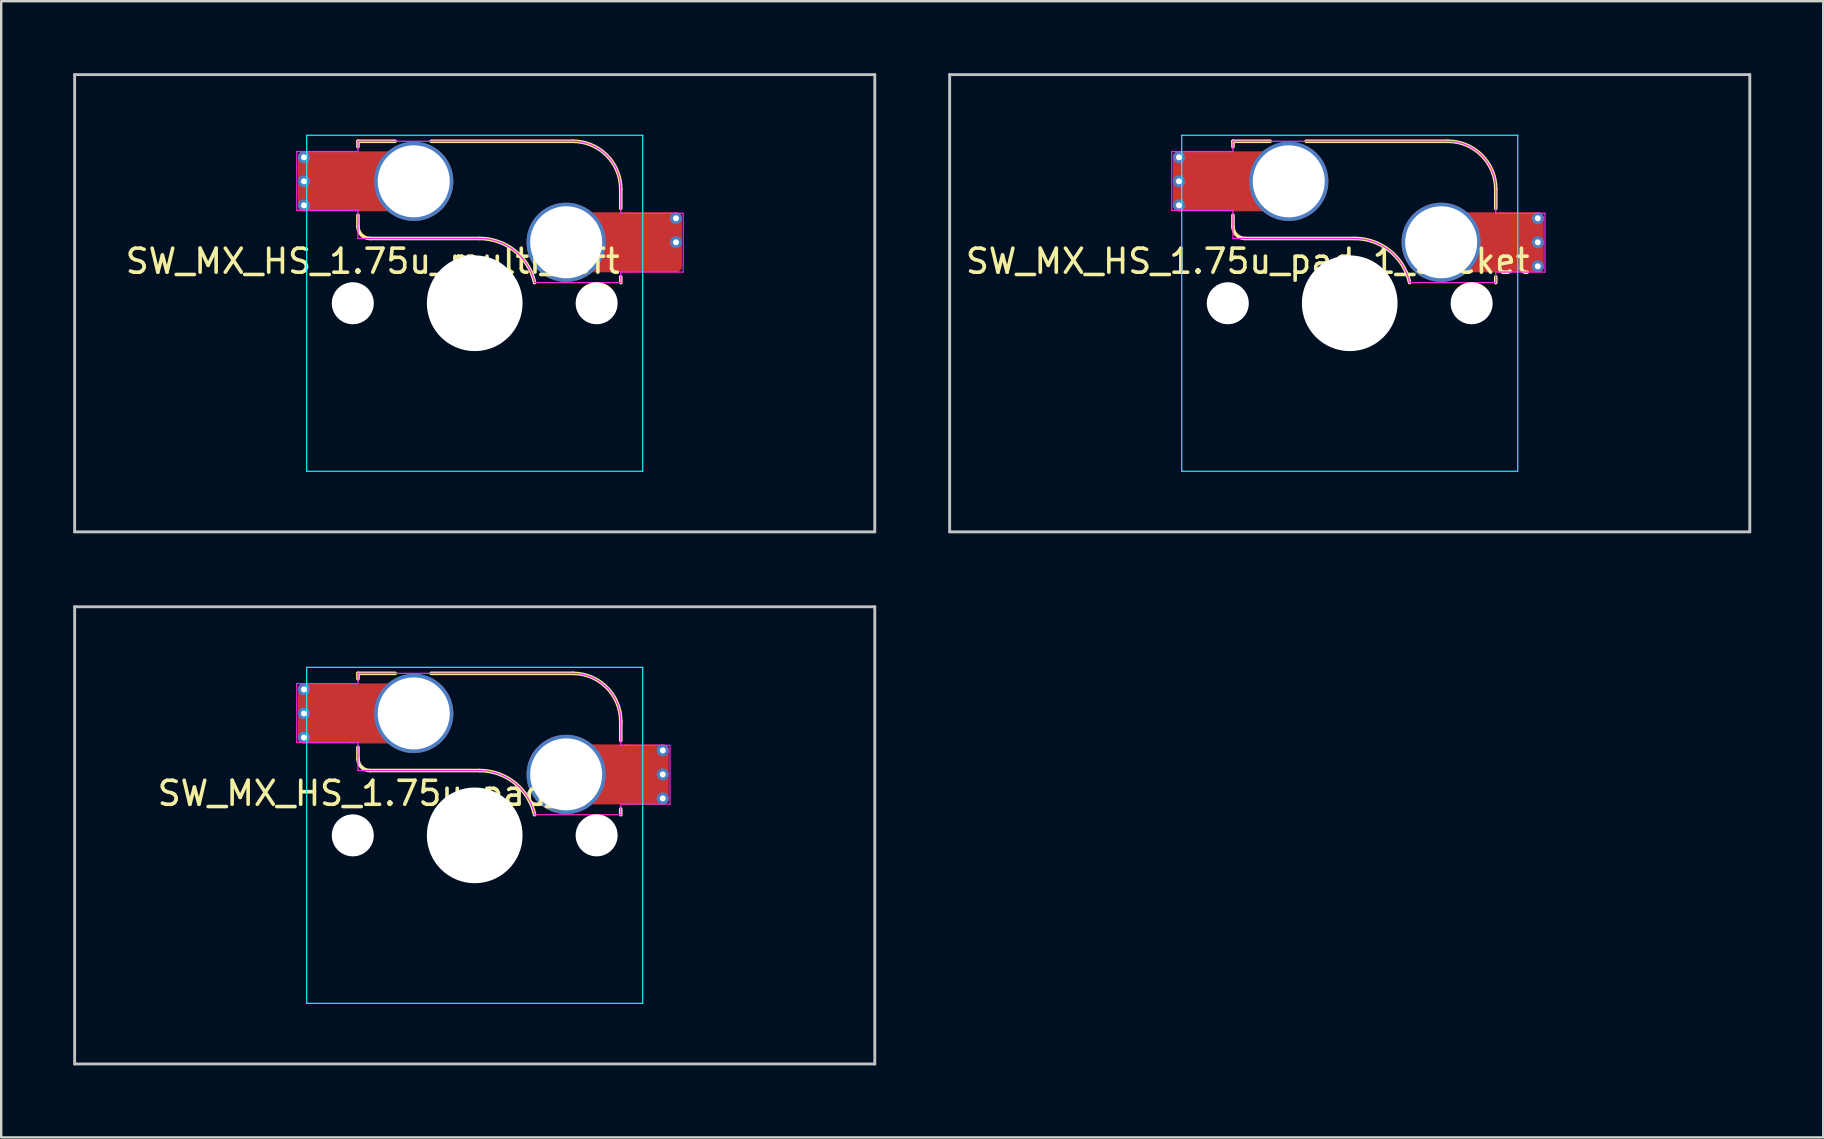
<source format=kicad_pcb>
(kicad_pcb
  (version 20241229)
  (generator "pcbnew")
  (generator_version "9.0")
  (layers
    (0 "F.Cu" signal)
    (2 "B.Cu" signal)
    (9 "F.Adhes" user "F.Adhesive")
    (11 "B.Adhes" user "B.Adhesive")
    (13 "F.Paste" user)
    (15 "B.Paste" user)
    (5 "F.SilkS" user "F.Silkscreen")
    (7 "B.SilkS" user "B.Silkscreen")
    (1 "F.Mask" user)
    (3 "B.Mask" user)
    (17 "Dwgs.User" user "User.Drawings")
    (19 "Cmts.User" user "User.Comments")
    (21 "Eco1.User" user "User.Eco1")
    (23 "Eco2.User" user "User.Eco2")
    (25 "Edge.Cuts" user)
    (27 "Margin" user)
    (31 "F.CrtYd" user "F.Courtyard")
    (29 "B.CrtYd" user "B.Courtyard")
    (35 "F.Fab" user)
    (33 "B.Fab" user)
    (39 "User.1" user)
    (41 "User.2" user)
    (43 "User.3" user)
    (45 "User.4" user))
  (footprint "SW_MX_HS_1.75u_pad_1_socket"
    (layer "F.Cu")
    (at 53.186 9.585)
    (property "Reference" "SW_MX_HS_1.75u_pad_1_socket" (at -4.25 -1.75 0) (layer "F.SilkS") (effects (font (size 1 1) (thickness 0.15))))
    (attr smd)
    (fp_line (start -4.865 -6.75) (end -4.865 -6.52) (stroke (width 0.15) (type solid)) (layer "F.SilkS"))
    (fp_line (start -4.865 -3.67) (end -4.865 -3.2) (stroke (width 0.15) (type solid)) (layer "F.SilkS"))
    (fp_line (start -4.365 -2.7) (end 0.2 -2.7) (stroke (width 0.15) (type solid)) (layer "F.SilkS"))
    (fp_line (start -3.315 -6.75) (end -4.865 -6.75) (stroke (width 0.15) (type solid)) (layer "F.SilkS"))
    (fp_line (start 4.085 -6.75) (end -1.815 -6.75) (stroke (width 0.15) (type solid)) (layer "F.SilkS"))
    (fp_line (start 6.085 -3.95) (end 6.085 -4.75) (stroke (width 0.15) (type solid)) (layer "F.SilkS"))
    (fp_line (start 6.085 -1.1) (end 6.085 -0.86) (stroke (width 0.15) (type solid)) (layer "F.SilkS"))
    (fp_arc (start -4.364824 -2.70022) (mid -4.718377 -2.846667) (end -4.864824 -3.20022) (stroke (width 0.15) (type solid)) (layer "F.SilkS"))
    (fp_arc (start 0.2 -2.70022) (mid 1.670693 -2.183637) (end 2.494322 -0.86022) (stroke (width 0.15) (type solid)) (layer "F.SilkS"))
    (fp_arc (start 4.085176 -6.75022) (mid 5.49939 -6.164434) (end 6.085176 -4.75022) (stroke (width 0.15) (type solid)) (layer "F.SilkS"))
    (fp_line (start -16.669 -9.525) (end 16.669 -9.525) (stroke (width 0.12) (type solid)) (layer "Dwgs.User"))
    (fp_line (start -16.669 9.525) (end -16.669 -9.525) (stroke (width 0.12) (type solid)) (layer "Dwgs.User"))
    (fp_line (start 16.669 -9.525) (end 16.669 9.525) (stroke (width 0.12) (type solid)) (layer "Dwgs.User"))
    (fp_line (start 16.669 9.525) (end -16.669 9.525) (stroke (width 0.12) (type solid)) (layer "Dwgs.User"))
    (fp_line (start -7 -6.5) (end -7 6.5) (stroke (width 0.05) (type solid)) (layer "Eco2.User"))
    (fp_line (start -6.5 7) (end 6.5 7) (stroke (width 0.05) (type solid)) (layer "Eco2.User"))
    (fp_line (start 6.5 -7) (end -6.5 -7) (stroke (width 0.05) (type solid)) (layer "Eco2.User"))
    (fp_line (start 7 6.5) (end 7 -6.5) (stroke (width 0.05) (type solid)) (layer "Eco2.User"))
    (fp_arc (start -7 -6.5) (mid -6.853553 -6.853553) (end -6.5 -7) (stroke (width 0.05) (type solid)) (layer "Eco2.User"))
    (fp_arc (start -6.497236 6.998884) (mid -6.850789 6.852437) (end -6.997236 6.498884) (stroke (width 0.05) (type solid)) (layer "Eco2.User"))
    (fp_arc (start 6.5 -7) (mid 6.853553 -6.853553) (end 7 -6.5) (stroke (width 0.05) (type solid)) (layer "Eco2.User"))
    (fp_arc (start 7 6.5) (mid 6.853553 6.853553) (end 6.5 7) (stroke (width 0.05) (type solid)) (layer "Eco2.User"))
    (fp_line (start -7 -7) (end 7 -7) (stroke (width 0.05) (type solid)) (layer "B.CrtYd"))
    (fp_line (start -7 7) (end -7 -7) (stroke (width 0.05) (type solid)) (layer "B.CrtYd"))
    (fp_line (start 7 -7) (end 7 7) (stroke (width 0.05) (type solid)) (layer "B.CrtYd"))
    (fp_line (start 7 7) (end -7 7) (stroke (width 0.05) (type solid)) (layer "B.CrtYd"))
    (fp_line (start -7.415 -6.32) (end -4.865 -6.32) (stroke (width 0.05) (type solid)) (layer "F.CrtYd"))
    (fp_line (start -7.415 -3.87) (end -7.415 -6.32) (stroke (width 0.05) (type solid)) (layer "F.CrtYd"))
    (fp_line (start -4.865 -6.75) (end -4.865 -6.32) (stroke (width 0.05) (type solid)) (layer "F.CrtYd"))
    (fp_line (start -4.865 -3.87) (end -7.415 -3.87) (stroke (width 0.05) (type solid)) (layer "F.CrtYd"))
    (fp_line (start -4.865 -3.87) (end -4.865 -2.7) (stroke (width 0.05) (type solid)) (layer "F.CrtYd"))
    (fp_line (start -4.865 -2.7) (end 0.2 -2.7) (stroke (width 0.05) (type solid)) (layer "F.CrtYd"))
    (fp_line (start 4.085 -6.75) (end -4.865 -6.75) (stroke (width 0.05) (type solid)) (layer "F.CrtYd"))
    (fp_line (start 6.085 -3.75) (end 6.085 -4.75) (stroke (width 0.05) (type solid)) (layer "F.CrtYd"))
    (fp_line (start 6.085 -3.75) (end 8.135 -3.75) (stroke (width 0.05) (type solid)) (layer "F.CrtYd"))
    (fp_line (start 6.085 -1.3) (end 6.085 -0.86) (stroke (width 0.05) (type solid)) (layer "F.CrtYd"))
    (fp_line (start 6.085 -0.86) (end 2.494 -0.86) (stroke (width 0.05) (type solid)) (layer "F.CrtYd"))
    (fp_line (start 8.135 -3.75) (end 8.135 -1.3) (stroke (width 0.05) (type solid)) (layer "F.CrtYd"))
    (fp_line (start 8.135 -1.3) (end 6.085 -1.3) (stroke (width 0.05) (type solid)) (layer "F.CrtYd"))
    (fp_arc (start 0.2 -2.70022) (mid 1.670503 -2.183399) (end 2.494322 -0.86022) (stroke (width 0.05) (type solid)) (layer "F.CrtYd"))
    (fp_arc (start 4.085176 -6.75022) (mid 5.49939 -6.164434) (end 6.085176 -4.75022) (stroke (width 0.05) (type solid)) (layer "F.CrtYd"))
    (pad "" np_thru_hole circle (at -5.08 0) (size 1.75 1.75) (drill 1.75) (layers "*.Cu" "*.Mask"))
    (pad "" np_thru_hole circle (at 0 0) (size 3.988 3.988) (drill 3.988) (layers "*.Cu" "*.Mask"))
    (pad "" np_thru_hole circle (at 5.08 0) (size 1.75 1.75) (drill 1.75) (layers "*.Cu" "*.Mask"))
    (pad "1" thru_hole circle (at 3.81 -2.54) (size 3.3 3.3) (drill 3) (layers "*.Cu" "*.Mask"))
    (pad "1" smd rect (at 5.635 -2.54 180) (size 1.65 2.5) (layers "F.Cu"))
    (pad "1" smd roundrect (at 7.085 -2.54) (size 2 2.5) (layers "F.Cu" "F.Mask" "F.Paste") (roundrect_rratio 0.1))
    (pad "1" thru_hole circle (at 7.835 -3.54) (size 0.5 0.5) (drill 0.25) (layers "*.Cu"))
    (pad "1" thru_hole circle (at 7.835 -2.54) (size 0.5 0.5) (drill 0.25) (layers "*.Cu"))
    (pad "1" thru_hole circle (at 7.835 -1.54) (size 0.5 0.5) (drill 0.25) (layers "*.Cu"))
    (pad "2" thru_hole circle (at -7.115 -6.08) (size 0.5 0.5) (drill 0.25) (layers "*.Cu"))
    (pad "2" thru_hole circle (at -7.115 -5.08) (size 0.5 0.5) (drill 0.25) (layers "*.Cu"))
    (pad "2" thru_hole circle (at -7.115 -4.08) (size 0.5 0.5) (drill 0.25) (layers "*.Cu"))
    (pad "2" smd roundrect (at -6.09 -5.08) (size 2.55 2.5) (layers "F.Cu" "F.Mask" "F.Paste") (roundrect_rratio 0.1))
    (pad "2" smd rect (at -4.34 -5.08) (size 1.65 2.5) (layers "F.Cu"))
    (pad "2" thru_hole circle (at -2.54 -5.08) (size 3.3 3.3) (drill 3) (layers "*.Cu" "*.Mask")))
  (footprint "SW_MX_HS_1.75u_pad_1"
    (layer "F.Cu")
    (at 16.729 31.755)
    (property "Reference" "SW_MX_HS_1.75u_pad_1" (at -4.25 -1.75 0) (layer "F.SilkS") (effects (font (size 1 1) (thickness 0.15))))
    (attr smd)
    (fp_line (start -4.865 -6.75) (end -4.865 -6.52) (stroke (width 0.15) (type solid)) (layer "F.SilkS"))
    (fp_line (start -4.865 -3.67) (end -4.865 -3.2) (stroke (width 0.15) (type solid)) (layer "F.SilkS"))
    (fp_line (start -4.365 -2.7) (end 0.2 -2.7) (stroke (width 0.15) (type solid)) (layer "F.SilkS"))
    (fp_line (start -3.315 -6.75) (end -4.865 -6.75) (stroke (width 0.15) (type solid)) (layer "F.SilkS"))
    (fp_line (start 4.085 -6.75) (end -1.815 -6.75) (stroke (width 0.15) (type solid)) (layer "F.SilkS"))
    (fp_line (start 6.085 -3.95) (end 6.085 -4.75) (stroke (width 0.15) (type solid)) (layer "F.SilkS"))
    (fp_line (start 6.085 -1.1) (end 6.085 -0.86) (stroke (width 0.15) (type solid)) (layer "F.SilkS"))
    (fp_arc (start -4.364824 -2.70022) (mid -4.718377 -2.846667) (end -4.864824 -3.20022) (stroke (width 0.15) (type solid)) (layer "F.SilkS"))
    (fp_arc (start 0.2 -2.70022) (mid 1.670693 -2.183637) (end 2.494322 -0.86022) (stroke (width 0.15) (type solid)) (layer "F.SilkS"))
    (fp_arc (start 4.085176 -6.75022) (mid 5.49939 -6.164434) (end 6.085176 -4.75022) (stroke (width 0.15) (type solid)) (layer "F.SilkS"))
    (fp_line (start -16.669 -9.525) (end 16.669 -9.525) (stroke (width 0.12) (type solid)) (layer "Dwgs.User"))
    (fp_line (start -16.669 9.525) (end -16.669 -9.525) (stroke (width 0.12) (type solid)) (layer "Dwgs.User"))
    (fp_line (start 16.669 -9.525) (end 16.669 9.525) (stroke (width 0.12) (type solid)) (layer "Dwgs.User"))
    (fp_line (start 16.669 9.525) (end -16.669 9.525) (stroke (width 0.12) (type solid)) (layer "Dwgs.User"))
    (fp_line (start -7 -6.5) (end -7 6.5) (stroke (width 0.05) (type solid)) (layer "Eco2.User"))
    (fp_line (start -6.5 7) (end 6.5 7) (stroke (width 0.05) (type solid)) (layer "Eco2.User"))
    (fp_line (start 6.5 -7) (end -6.5 -7) (stroke (width 0.05) (type solid)) (layer "Eco2.User"))
    (fp_line (start 7 6.5) (end 7 -6.5) (stroke (width 0.05) (type solid)) (layer "Eco2.User"))
    (fp_arc (start -7 -6.5) (mid -6.853553 -6.853553) (end -6.5 -7) (stroke (width 0.05) (type solid)) (layer "Eco2.User"))
    (fp_arc (start -6.497236 6.998884) (mid -6.850789 6.852437) (end -6.997236 6.498884) (stroke (width 0.05) (type solid)) (layer "Eco2.User"))
    (fp_arc (start 6.5 -7) (mid 6.853553 -6.853553) (end 7 -6.5) (stroke (width 0.05) (type solid)) (layer "Eco2.User"))
    (fp_arc (start 7 6.5) (mid 6.853553 6.853553) (end 6.5 7) (stroke (width 0.05) (type solid)) (layer "Eco2.User"))
    (fp_line (start -7 -7) (end 7 -7) (stroke (width 0.05) (type solid)) (layer "B.CrtYd"))
    (fp_line (start -7 7) (end -7 -7) (stroke (width 0.05) (type solid)) (layer "B.CrtYd"))
    (fp_line (start 7 -7) (end 7 7) (stroke (width 0.05) (type solid)) (layer "B.CrtYd"))
    (fp_line (start 7 7) (end -7 7) (stroke (width 0.05) (type solid)) (layer "B.CrtYd"))
    (fp_line (start -7.415 -6.32) (end -4.865 -6.32) (stroke (width 0.05) (type solid)) (layer "F.CrtYd"))
    (fp_line (start -7.415 -3.87) (end -7.415 -6.32) (stroke (width 0.05) (type solid)) (layer "F.CrtYd"))
    (fp_line (start -4.865 -6.75) (end -4.865 -6.32) (stroke (width 0.05) (type solid)) (layer "F.CrtYd"))
    (fp_line (start -4.865 -3.87) (end -7.415 -3.87) (stroke (width 0.05) (type solid)) (layer "F.CrtYd"))
    (fp_line (start -4.865 -3.87) (end -4.865 -2.7) (stroke (width 0.05) (type solid)) (layer "F.CrtYd"))
    (fp_line (start -4.865 -2.7) (end 0.2 -2.7) (stroke (width 0.05) (type solid)) (layer "F.CrtYd"))
    (fp_line (start 4.085 -6.75) (end -4.865 -6.75) (stroke (width 0.05) (type solid)) (layer "F.CrtYd"))
    (fp_line (start 6.085 -3.75) (end 6.085 -4.75) (stroke (width 0.05) (type solid)) (layer "F.CrtYd"))
    (fp_line (start 6.085 -3.75) (end 8.135 -3.75) (stroke (width 0.05) (type solid)) (layer "F.CrtYd"))
    (fp_line (start 6.085 -1.3) (end 6.085 -0.86) (stroke (width 0.05) (type solid)) (layer "F.CrtYd"))
    (fp_line (start 6.085 -0.86) (end 2.494 -0.86) (stroke (width 0.05) (type solid)) (layer "F.CrtYd"))
    (fp_line (start 8.135 -3.75) (end 8.135 -1.3) (stroke (width 0.05) (type solid)) (layer "F.CrtYd"))
    (fp_line (start 8.135 -1.3) (end 6.085 -1.3) (stroke (width 0.05) (type solid)) (layer "F.CrtYd"))
    (fp_arc (start 0.2 -2.70022) (mid 1.670503 -2.183399) (end 2.494322 -0.86022) (stroke (width 0.05) (type solid)) (layer "F.CrtYd"))
    (fp_arc (start 4.085176 -6.75022) (mid 5.49939 -6.164434) (end 6.085176 -4.75022) (stroke (width 0.05) (type solid)) (layer "F.CrtYd"))
    (pad "" np_thru_hole circle (at -5.08 0) (size 1.75 1.75) (drill 1.75) (layers "*.Cu" "*.Mask"))
    (pad "" np_thru_hole circle (at 0 0) (size 3.988 3.988) (drill 3.988) (layers "*.Cu" "*.Mask"))
    (pad "" np_thru_hole circle (at 5.08 0) (size 1.75 1.75) (drill 1.75) (layers "*.Cu" "*.Mask"))
    (pad "1" thru_hole circle (at 3.81 -2.54) (size 3.3 3.3) (drill 3) (layers "*.Cu" "*.Mask"))
    (pad "1" smd rect (at 5.635 -2.54 180) (size 1.65 2.5) (layers "F.Cu"))
    (pad "1" smd roundrect (at 7.085 -2.54) (size 2 2.5) (layers "F.Cu" "F.Mask" "F.Paste") (roundrect_rratio 0.1))
    (pad "1" thru_hole circle (at 7.835 -3.54) (size 0.5 0.5) (drill 0.25) (layers "*.Cu"))
    (pad "1" thru_hole circle (at 7.835 -2.54) (size 0.5 0.5) (drill 0.25) (layers "*.Cu"))
    (pad "1" thru_hole circle (at 7.835 -1.54) (size 0.5 0.5) (drill 0.25) (layers "*.Cu"))
    (pad "2" thru_hole circle (at -7.115 -6.08) (size 0.5 0.5) (drill 0.25) (layers "*.Cu"))
    (pad "2" thru_hole circle (at -7.115 -5.08) (size 0.5 0.5) (drill 0.25) (layers "*.Cu"))
    (pad "2" thru_hole circle (at -7.115 -4.08) (size 0.5 0.5) (drill 0.25) (layers "*.Cu"))
    (pad "2" smd roundrect (at -6.09 -5.08) (size 2.55 2.5) (layers "F.Cu" "F.Mask" "F.Paste") (roundrect_rratio 0.1))
    (pad "2" smd rect (at -4.34 -5.08) (size 1.65 2.5) (layers "F.Cu"))
    (pad "2" thru_hole circle (at -2.54 -5.08) (size 3.3 3.3) (drill 3) (layers "*.Cu" "*.Mask")))
  (footprint "SW_MX_HS_1.75u_multi_left"
    (layer "F.Cu")
    (at 16.729 9.585)
    (property "Reference" "SW_MX_HS_1.75u_multi_left" (at -4.25 -1.75 0) (layer "F.SilkS") (effects (font (size 1 1) (thickness 0.15))))
    (attr smd)
    (fp_line (start -4.865 -6.75) (end -4.865 -6.52) (stroke (width 0.15) (type solid)) (layer "F.SilkS"))
    (fp_line (start -4.865 -3.67) (end -4.865 -3.2) (stroke (width 0.15) (type solid)) (layer "F.SilkS"))
    (fp_line (start -4.365 -2.7) (end 0.2 -2.7) (stroke (width 0.15) (type solid)) (layer "F.SilkS"))
    (fp_line (start -3.315 -6.75) (end -4.865 -6.75) (stroke (width 0.15) (type solid)) (layer "F.SilkS"))
    (fp_line (start 4.085 -6.75) (end -1.815 -6.75) (stroke (width 0.15) (type solid)) (layer "F.SilkS"))
    (fp_line (start 6.085 -3.95) (end 6.085 -4.75) (stroke (width 0.15) (type solid)) (layer "F.SilkS"))
    (fp_line (start 6.085 -1.1) (end 6.085 -0.86) (stroke (width 0.15) (type solid)) (layer "F.SilkS"))
    (fp_arc (start -4.364824 -2.70022) (mid -4.718377 -2.846667) (end -4.864824 -3.20022) (stroke (width 0.15) (type solid)) (layer "F.SilkS"))
    (fp_arc (start 0.2 -2.70022) (mid 1.670693 -2.183637) (end 2.494322 -0.86022) (stroke (width 0.15) (type solid)) (layer "F.SilkS"))
    (fp_arc (start 4.085176 -6.75022) (mid 5.49939 -6.164434) (end 6.085176 -4.75022) (stroke (width 0.15) (type solid)) (layer "F.SilkS"))
    (fp_line (start -16.669 -9.525) (end 16.669 -9.525) (stroke (width 0.12) (type solid)) (layer "Dwgs.User"))
    (fp_line (start -16.669 9.525) (end -16.669 -9.525) (stroke (width 0.12) (type solid)) (layer "Dwgs.User"))
    (fp_line (start 16.669 -9.525) (end 16.669 9.525) (stroke (width 0.12) (type solid)) (layer "Dwgs.User"))
    (fp_line (start 16.669 9.525) (end -16.669 9.525) (stroke (width 0.12) (type solid)) (layer "Dwgs.User"))
    (fp_line (start -7 -6.5) (end -7 6.5) (stroke (width 0.05) (type solid)) (layer "Eco2.User"))
    (fp_line (start -6.5 7) (end 6.5 7) (stroke (width 0.05) (type solid)) (layer "Eco2.User"))
    (fp_line (start 6.5 -7) (end -6.5 -7) (stroke (width 0.05) (type solid)) (layer "Eco2.User"))
    (fp_line (start 7 6.5) (end 7 -6.5) (stroke (width 0.05) (type solid)) (layer "Eco2.User"))
    (fp_arc (start -7 -6.5) (mid -6.853553 -6.853553) (end -6.5 -7) (stroke (width 0.05) (type solid)) (layer "Eco2.User"))
    (fp_arc (start -6.497236 6.998884) (mid -6.850789 6.852437) (end -6.997236 6.498884) (stroke (width 0.05) (type solid)) (layer "Eco2.User"))
    (fp_arc (start 6.5 -7) (mid 6.853553 -6.853553) (end 7 -6.5) (stroke (width 0.05) (type solid)) (layer "Eco2.User"))
    (fp_arc (start 7 6.5) (mid 6.853553 6.853553) (end 6.5 7) (stroke (width 0.05) (type solid)) (layer "Eco2.User"))
    (fp_line (start -7 -7) (end 7 -7) (stroke (width 0.05) (type solid)) (layer "B.CrtYd"))
    (fp_line (start -7 7) (end -7 -7) (stroke (width 0.05) (type solid)) (layer "B.CrtYd"))
    (fp_line (start 7 -7) (end 7 7) (stroke (width 0.05) (type solid)) (layer "B.CrtYd"))
    (fp_line (start 7 7) (end -7 7) (stroke (width 0.05) (type solid)) (layer "B.CrtYd"))
    (fp_line (start -7.415 -6.32) (end -4.865 -6.32) (stroke (width 0.05) (type solid)) (layer "F.CrtYd"))
    (fp_line (start -7.415 -3.87) (end -7.415 -6.32) (stroke (width 0.05) (type solid)) (layer "F.CrtYd"))
    (fp_line (start -4.865 -6.75) (end -4.865 -6.32) (stroke (width 0.05) (type solid)) (layer "F.CrtYd"))
    (fp_line (start -4.865 -3.87) (end -7.415 -3.87) (stroke (width 0.05) (type solid)) (layer "F.CrtYd"))
    (fp_line (start -4.865 -3.87) (end -4.865 -2.7) (stroke (width 0.05) (type solid)) (layer "F.CrtYd"))
    (fp_line (start -4.865 -2.7) (end 0.2 -2.7) (stroke (width 0.05) (type solid)) (layer "F.CrtYd"))
    (fp_line (start 4.085 -6.75) (end -4.865 -6.75) (stroke (width 0.05) (type solid)) (layer "F.CrtYd"))
    (fp_line (start 6.085 -3.75) (end 6.085 -4.75) (stroke (width 0.05) (type solid)) (layer "F.CrtYd"))
    (fp_line (start 6.085 -3.75) (end 8.685 -3.75) (stroke (width 0.05) (type solid)) (layer "F.CrtYd"))
    (fp_line (start 6.085 -1.3) (end 6.085 -0.86) (stroke (width 0.05) (type solid)) (layer "F.CrtYd"))
    (fp_line (start 6.085 -0.86) (end 2.494 -0.86) (stroke (width 0.05) (type solid)) (layer "F.CrtYd"))
    (fp_line (start 8.685 -3.75) (end 8.685 -1.3) (stroke (width 0.05) (type solid)) (layer "F.CrtYd"))
    (fp_line (start 8.685 -1.3) (end 6.085 -1.3) (stroke (width 0.05) (type solid)) (layer "F.CrtYd"))
    (fp_arc (start 0.2 -2.70022) (mid 1.670503 -2.183399) (end 2.494322 -0.86022) (stroke (width 0.05) (type solid)) (layer "F.CrtYd"))
    (fp_arc (start 4.085176 -6.75022) (mid 5.49939 -6.164434) (end 6.085176 -4.75022) (stroke (width 0.05) (type solid)) (layer "F.CrtYd"))
    (pad "" np_thru_hole circle (at -5.08 0) (size 1.75 1.75) (drill 1.75) (layers "*.Cu" "*.Mask"))
    (pad "" np_thru_hole circle (at 0 0) (size 3.988 3.988) (drill 3.988) (layers "*.Cu" "*.Mask"))
    (pad "" np_thru_hole circle (at 5.08 0) (size 1.75 1.75) (drill 1.75) (layers "*.Cu" "*.Mask"))
    (pad "1" thru_hole circle (at 3.81 -2.54) (size 3.3 3.3) (drill 3) (layers "*.Cu" "*.Mask"))
    (pad "1" smd rect (at 5.635 -2.54 180) (size 1.65 2.5) (layers "F.Cu"))
    (pad "1" smd roundrect (at 7.36 -2.54) (size 2.55 2.5) (layers "F.Cu" "F.Mask" "F.Paste") (roundrect_rratio 0.1))
    (pad "1" thru_hole circle (at 8.385 -3.54) (size 0.5 0.5) (drill 0.25) (layers "*.Cu"))
    (pad "1" thru_hole circle (at 8.385 -2.54) (size 0.5 0.5) (drill 0.25) (layers "*.Cu"))
    (pad "2" thru_hole circle (at -7.115 -6.08) (size 0.5 0.5) (drill 0.25) (layers "*.Cu"))
    (pad "2" thru_hole circle (at -7.115 -5.08) (size 0.5 0.5) (drill 0.25) (layers "*.Cu"))
    (pad "2" thru_hole circle (at -7.115 -4.08) (size 0.5 0.5) (drill 0.25) (layers "*.Cu"))
    (pad "2" smd roundrect (at -6.09 -5.08) (size 2.55 2.5) (layers "F.Cu" "F.Mask" "F.Paste") (roundrect_rratio 0.1))
    (pad "2" smd rect (at -4.34 -5.08) (size 1.65 2.5) (layers "F.Cu"))
    (pad "2" thru_hole circle (at -2.54 -5.08) (size 3.3 3.3) (drill 3) (layers "*.Cu" "*.Mask")))
  (gr_rect
    (start -3 -3)
    (end 72.915 44.34)
    (stroke (width 0.1) (type default))
    (fill no)
    (layer "Edge.Cuts")))
</source>
